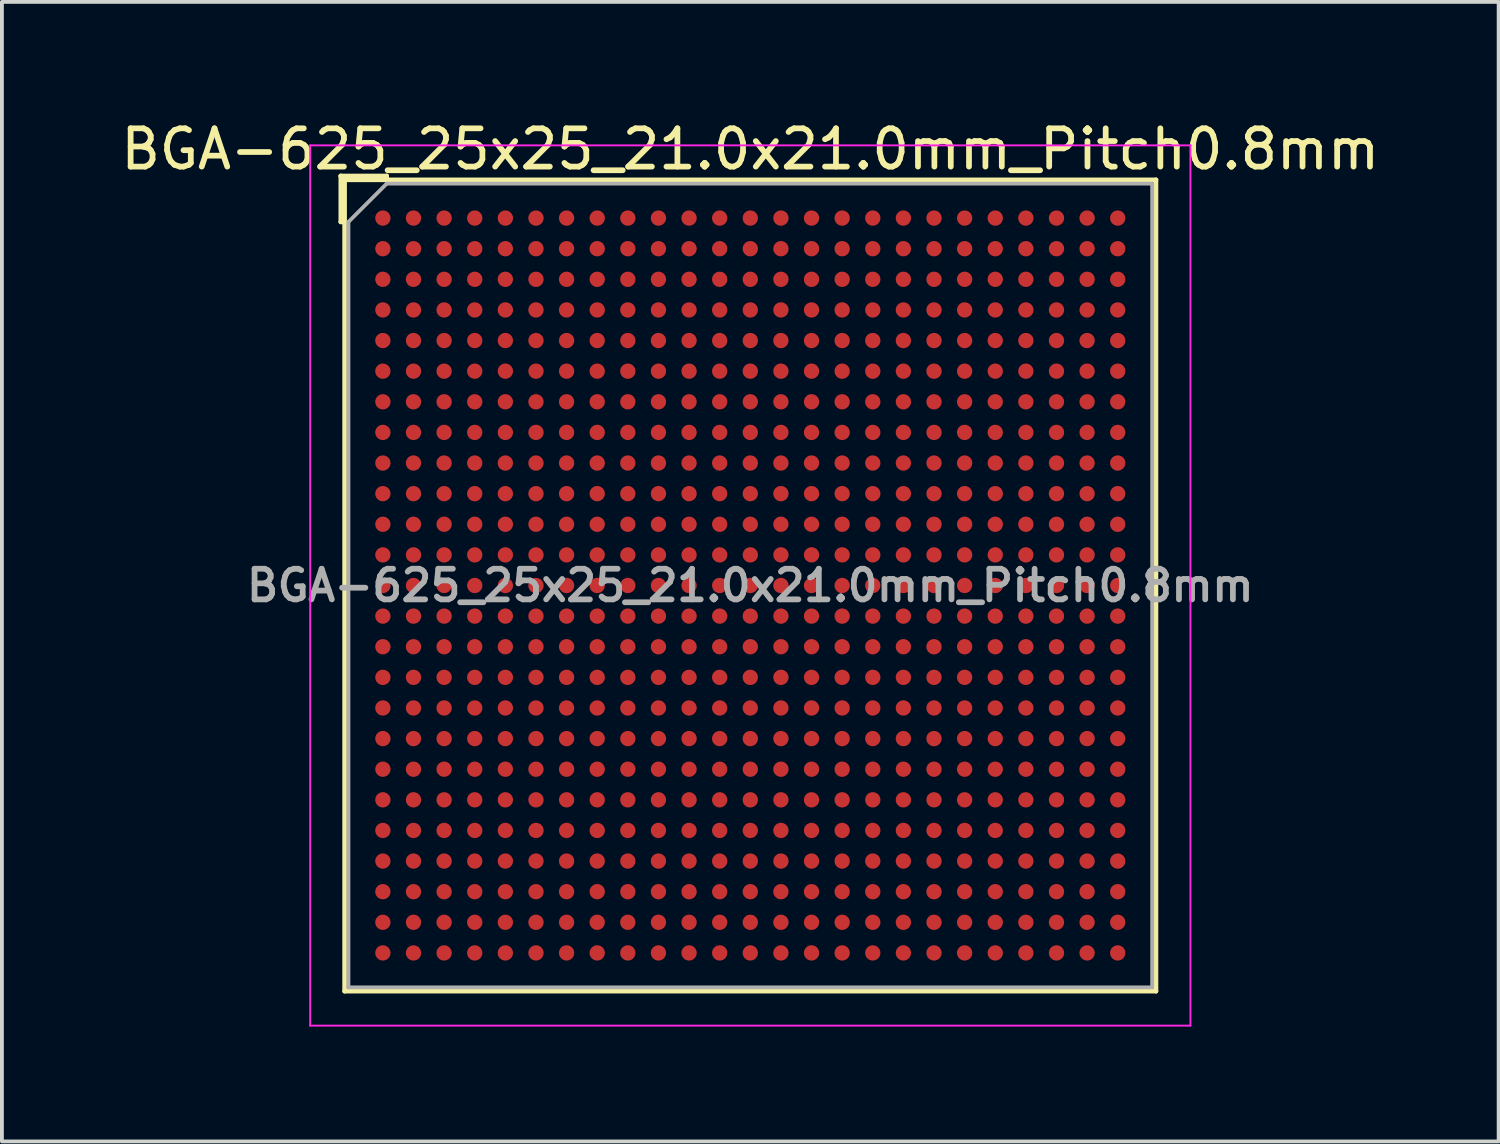
<source format=kicad_pcb>
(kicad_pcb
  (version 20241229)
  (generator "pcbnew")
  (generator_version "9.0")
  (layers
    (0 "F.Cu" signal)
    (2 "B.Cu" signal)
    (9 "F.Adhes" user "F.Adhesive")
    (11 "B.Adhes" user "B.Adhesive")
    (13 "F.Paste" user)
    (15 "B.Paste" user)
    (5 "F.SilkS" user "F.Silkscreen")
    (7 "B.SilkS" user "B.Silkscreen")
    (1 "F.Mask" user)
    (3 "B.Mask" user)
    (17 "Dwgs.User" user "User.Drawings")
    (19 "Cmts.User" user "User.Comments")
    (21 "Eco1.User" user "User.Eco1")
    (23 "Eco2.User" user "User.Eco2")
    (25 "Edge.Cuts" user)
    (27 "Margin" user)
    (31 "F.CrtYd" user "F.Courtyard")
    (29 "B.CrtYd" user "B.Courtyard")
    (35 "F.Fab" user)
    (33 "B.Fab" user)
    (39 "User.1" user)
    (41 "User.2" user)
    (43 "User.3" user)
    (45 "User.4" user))
  (footprint "BGA-625_25x25_21.0x21.0mm_Pitch0.8mm"
    (layer "F.Cu")
    (at 16.554 12.248)
    (property "Reference" "BGA-625_25x25_21.0x21.0mm_Pitch0.8mm" (at 0 -11.4 0) (layer "F.SilkS") (effects (font (size 1 1) (thickness 0.15))))
    (attr smd)
    (fp_line (start -10.7 -10.7) (end -10.7 -9.5) (stroke (width 0.12) (type solid)) (layer "F.SilkS"))
    (fp_line (start -10.7 -9.5) (end -10.6 -9.5) (stroke (width 0.12) (type solid)) (layer "F.SilkS"))
    (fp_line (start -10.6 -10.6) (end -10.7 -10.7) (stroke (width 0.12) (type solid)) (layer "F.SilkS"))
    (fp_line (start -10.6 -10.6) (end 10.6 -10.6) (stroke (width 0.12) (type solid)) (layer "F.SilkS"))
    (fp_line (start -10.6 10.6) (end -10.6 -10.6) (stroke (width 0.12) (type solid)) (layer "F.SilkS"))
    (fp_line (start -9.5 -10.7) (end -10.7 -10.7) (stroke (width 0.12) (type solid)) (layer "F.SilkS"))
    (fp_line (start -9.5 -10.6) (end -9.5 -10.7) (stroke (width 0.12) (type solid)) (layer "F.SilkS"))
    (fp_line (start 10.6 -10.6) (end 10.6 10.6) (stroke (width 0.12) (type solid)) (layer "F.SilkS"))
    (fp_line (start 10.6 10.6) (end -10.6 10.6) (stroke (width 0.12) (type solid)) (layer "F.SilkS"))
    (fp_line (start -11.5 -11.5) (end -11.5 11.5) (stroke (width 0.05) (type solid)) (layer "F.CrtYd"))
    (fp_line (start -11.5 -11.5) (end 11.5 -11.5) (stroke (width 0.05) (type solid)) (layer "F.CrtYd"))
    (fp_line (start 11.5 11.5) (end -11.5 11.5) (stroke (width 0.05) (type solid)) (layer "F.CrtYd"))
    (fp_line (start 11.5 11.5) (end 11.5 -11.5) (stroke (width 0.05) (type solid)) (layer "F.CrtYd"))
    (fp_line (start -10.5 -9.5) (end -9.5 -10.5) (stroke (width 0.1) (type solid)) (layer "F.Fab"))
    (fp_line (start -10.5 10.5) (end -10.5 -9.5) (stroke (width 0.1) (type solid)) (layer "F.Fab"))
    (fp_line (start -9.5 -10.5) (end 10.5 -10.5) (stroke (width 0.1) (type solid)) (layer "F.Fab"))
    (fp_line (start 10.5 -10.5) (end 10.5 10.5) (stroke (width 0.1) (type solid)) (layer "F.Fab"))
    (fp_line (start 10.5 10.5) (end -10.5 10.5) (stroke (width 0.1) (type solid)) (layer "F.Fab"))
    (fp_text user "${REFERENCE}" (at 0 0 0) (layer "F.Fab") (effects (font (size 0.8 0.8) (thickness 0.15))))
    (pad "A1" smd circle (at -9.6 -9.6) (size 0.4 0.4) (layers "F.Cu" "F.Mask" "F.Paste"))
    (pad "A2" smd circle (at -8.8 -9.6) (size 0.4 0.4) (layers "F.Cu" "F.Mask" "F.Paste"))
    (pad "A3" smd circle (at -8 -9.6) (size 0.4 0.4) (layers "F.Cu" "F.Mask" "F.Paste"))
    (pad "A4" smd circle (at -7.2 -9.6) (size 0.4 0.4) (layers "F.Cu" "F.Mask" "F.Paste"))
    (pad "A5" smd circle (at -6.4 -9.6) (size 0.4 0.4) (layers "F.Cu" "F.Mask" "F.Paste"))
    (pad "A6" smd circle (at -5.6 -9.6) (size 0.4 0.4) (layers "F.Cu" "F.Mask" "F.Paste"))
    (pad "A7" smd circle (at -4.8 -9.6) (size 0.4 0.4) (layers "F.Cu" "F.Mask" "F.Paste"))
    (pad "A8" smd circle (at -4 -9.6) (size 0.4 0.4) (layers "F.Cu" "F.Mask" "F.Paste"))
    (pad "A9" smd circle (at -3.2 -9.6) (size 0.4 0.4) (layers "F.Cu" "F.Mask" "F.Paste"))
    (pad "A10" smd circle (at -2.4 -9.6) (size 0.4 0.4) (layers "F.Cu" "F.Mask" "F.Paste"))
    (pad "A11" smd circle (at -1.6 -9.6) (size 0.4 0.4) (layers "F.Cu" "F.Mask" "F.Paste"))
    (pad "A12" smd circle (at -0.8 -9.6) (size 0.4 0.4) (layers "F.Cu" "F.Mask" "F.Paste"))
    (pad "A13" smd circle (at 0 -9.6) (size 0.4 0.4) (layers "F.Cu" "F.Mask" "F.Paste"))
    (pad "A14" smd circle (at 0.8 -9.6) (size 0.4 0.4) (layers "F.Cu" "F.Mask" "F.Paste"))
    (pad "A15" smd circle (at 1.6 -9.6) (size 0.4 0.4) (layers "F.Cu" "F.Mask" "F.Paste"))
    (pad "A16" smd circle (at 2.4 -9.6) (size 0.4 0.4) (layers "F.Cu" "F.Mask" "F.Paste"))
    (pad "A17" smd circle (at 3.2 -9.6) (size 0.4 0.4) (layers "F.Cu" "F.Mask" "F.Paste"))
    (pad "A18" smd circle (at 4 -9.6) (size 0.4 0.4) (layers "F.Cu" "F.Mask" "F.Paste"))
    (pad "A19" smd circle (at 4.8 -9.6) (size 0.4 0.4) (layers "F.Cu" "F.Mask" "F.Paste"))
    (pad "A20" smd circle (at 5.6 -9.6) (size 0.4 0.4) (layers "F.Cu" "F.Mask" "F.Paste"))
    (pad "A21" smd circle (at 6.4 -9.6) (size 0.4 0.4) (layers "F.Cu" "F.Mask" "F.Paste"))
    (pad "A22" smd circle (at 7.2 -9.6) (size 0.4 0.4) (layers "F.Cu" "F.Mask" "F.Paste"))
    (pad "A23" smd circle (at 8 -9.6) (size 0.4 0.4) (layers "F.Cu" "F.Mask" "F.Paste"))
    (pad "A24" smd circle (at 8.8 -9.6) (size 0.4 0.4) (layers "F.Cu" "F.Mask" "F.Paste"))
    (pad "A25" smd circle (at 9.6 -9.6) (size 0.4 0.4) (layers "F.Cu" "F.Mask" "F.Paste"))
    (pad "AA1" smd circle (at -9.6 6.4) (size 0.4 0.4) (layers "F.Cu" "F.Mask" "F.Paste"))
    (pad "AA2" smd circle (at -8.8 6.4) (size 0.4 0.4) (layers "F.Cu" "F.Mask" "F.Paste"))
    (pad "AA3" smd circle (at -8 6.4) (size 0.4 0.4) (layers "F.Cu" "F.Mask" "F.Paste"))
    (pad "AA4" smd circle (at -7.2 6.4) (size 0.4 0.4) (layers "F.Cu" "F.Mask" "F.Paste"))
    (pad "AA5" smd circle (at -6.4 6.4) (size 0.4 0.4) (layers "F.Cu" "F.Mask" "F.Paste"))
    (pad "AA6" smd circle (at -5.6 6.4) (size 0.4 0.4) (layers "F.Cu" "F.Mask" "F.Paste"))
    (pad "AA7" smd circle (at -4.8 6.4) (size 0.4 0.4) (layers "F.Cu" "F.Mask" "F.Paste"))
    (pad "AA8" smd circle (at -4 6.4) (size 0.4 0.4) (layers "F.Cu" "F.Mask" "F.Paste"))
    (pad "AA9" smd circle (at -3.2 6.4) (size 0.4 0.4) (layers "F.Cu" "F.Mask" "F.Paste"))
    (pad "AA10" smd circle (at -2.4 6.4) (size 0.4 0.4) (layers "F.Cu" "F.Mask" "F.Paste"))
    (pad "AA11" smd circle (at -1.6 6.4) (size 0.4 0.4) (layers "F.Cu" "F.Mask" "F.Paste"))
    (pad "AA12" smd circle (at -0.8 6.4) (size 0.4 0.4) (layers "F.Cu" "F.Mask" "F.Paste"))
    (pad "AA13" smd circle (at 0 6.4) (size 0.4 0.4) (layers "F.Cu" "F.Mask" "F.Paste"))
    (pad "AA14" smd circle (at 0.8 6.4) (size 0.4 0.4) (layers "F.Cu" "F.Mask" "F.Paste"))
    (pad "AA15" smd circle (at 1.6 6.4) (size 0.4 0.4) (layers "F.Cu" "F.Mask" "F.Paste"))
    (pad "AA16" smd circle (at 2.4 6.4) (size 0.4 0.4) (layers "F.Cu" "F.Mask" "F.Paste"))
    (pad "AA17" smd circle (at 3.2 6.4) (size 0.4 0.4) (layers "F.Cu" "F.Mask" "F.Paste"))
    (pad "AA18" smd circle (at 4 6.4) (size 0.4 0.4) (layers "F.Cu" "F.Mask" "F.Paste"))
    (pad "AA19" smd circle (at 4.8 6.4) (size 0.4 0.4) (layers "F.Cu" "F.Mask" "F.Paste"))
    (pad "AA20" smd circle (at 5.6 6.4) (size 0.4 0.4) (layers "F.Cu" "F.Mask" "F.Paste"))
    (pad "AA21" smd circle (at 6.4 6.4) (size 0.4 0.4) (layers "F.Cu" "F.Mask" "F.Paste"))
    (pad "AA22" smd circle (at 7.2 6.4) (size 0.4 0.4) (layers "F.Cu" "F.Mask" "F.Paste"))
    (pad "AA23" smd circle (at 8 6.4) (size 0.4 0.4) (layers "F.Cu" "F.Mask" "F.Paste"))
    (pad "AA24" smd circle (at 8.8 6.4) (size 0.4 0.4) (layers "F.Cu" "F.Mask" "F.Paste"))
    (pad "AA25" smd circle (at 9.6 6.4) (size 0.4 0.4) (layers "F.Cu" "F.Mask" "F.Paste"))
    (pad "AB1" smd circle (at -9.6 7.2) (size 0.4 0.4) (layers "F.Cu" "F.Mask" "F.Paste"))
    (pad "AB2" smd circle (at -8.8 7.2) (size 0.4 0.4) (layers "F.Cu" "F.Mask" "F.Paste"))
    (pad "AB3" smd circle (at -8 7.2) (size 0.4 0.4) (layers "F.Cu" "F.Mask" "F.Paste"))
    (pad "AB4" smd circle (at -7.2 7.2) (size 0.4 0.4) (layers "F.Cu" "F.Mask" "F.Paste"))
    (pad "AB5" smd circle (at -6.4 7.2) (size 0.4 0.4) (layers "F.Cu" "F.Mask" "F.Paste"))
    (pad "AB6" smd circle (at -5.6 7.2) (size 0.4 0.4) (layers "F.Cu" "F.Mask" "F.Paste"))
    (pad "AB7" smd circle (at -4.8 7.2) (size 0.4 0.4) (layers "F.Cu" "F.Mask" "F.Paste"))
    (pad "AB8" smd circle (at -4 7.2) (size 0.4 0.4) (layers "F.Cu" "F.Mask" "F.Paste"))
    (pad "AB9" smd circle (at -3.2 7.2) (size 0.4 0.4) (layers "F.Cu" "F.Mask" "F.Paste"))
    (pad "AB10" smd circle (at -2.4 7.2) (size 0.4 0.4) (layers "F.Cu" "F.Mask" "F.Paste"))
    (pad "AB11" smd circle (at -1.6 7.2) (size 0.4 0.4) (layers "F.Cu" "F.Mask" "F.Paste"))
    (pad "AB12" smd circle (at -0.8 7.2) (size 0.4 0.4) (layers "F.Cu" "F.Mask" "F.Paste"))
    (pad "AB13" smd circle (at 0 7.2) (size 0.4 0.4) (layers "F.Cu" "F.Mask" "F.Paste"))
    (pad "AB14" smd circle (at 0.8 7.2) (size 0.4 0.4) (layers "F.Cu" "F.Mask" "F.Paste"))
    (pad "AB15" smd circle (at 1.6 7.2) (size 0.4 0.4) (layers "F.Cu" "F.Mask" "F.Paste"))
    (pad "AB16" smd circle (at 2.4 7.2) (size 0.4 0.4) (layers "F.Cu" "F.Mask" "F.Paste"))
    (pad "AB17" smd circle (at 3.2 7.2) (size 0.4 0.4) (layers "F.Cu" "F.Mask" "F.Paste"))
    (pad "AB18" smd circle (at 4 7.2) (size 0.4 0.4) (layers "F.Cu" "F.Mask" "F.Paste"))
    (pad "AB19" smd circle (at 4.8 7.2) (size 0.4 0.4) (layers "F.Cu" "F.Mask" "F.Paste"))
    (pad "AB20" smd circle (at 5.6 7.2) (size 0.4 0.4) (layers "F.Cu" "F.Mask" "F.Paste"))
    (pad "AB21" smd circle (at 6.4 7.2) (size 0.4 0.4) (layers "F.Cu" "F.Mask" "F.Paste"))
    (pad "AB22" smd circle (at 7.2 7.2) (size 0.4 0.4) (layers "F.Cu" "F.Mask" "F.Paste"))
    (pad "AB23" smd circle (at 8 7.2) (size 0.4 0.4) (layers "F.Cu" "F.Mask" "F.Paste"))
    (pad "AB24" smd circle (at 8.8 7.2) (size 0.4 0.4) (layers "F.Cu" "F.Mask" "F.Paste"))
    (pad "AB25" smd circle (at 9.6 7.2) (size 0.4 0.4) (layers "F.Cu" "F.Mask" "F.Paste"))
    (pad "AC1" smd circle (at -9.6 8) (size 0.4 0.4) (layers "F.Cu" "F.Mask" "F.Paste"))
    (pad "AC2" smd circle (at -8.8 8) (size 0.4 0.4) (layers "F.Cu" "F.Mask" "F.Paste"))
    (pad "AC3" smd circle (at -8 8) (size 0.4 0.4) (layers "F.Cu" "F.Mask" "F.Paste"))
    (pad "AC4" smd circle (at -7.2 8) (size 0.4 0.4) (layers "F.Cu" "F.Mask" "F.Paste"))
    (pad "AC5" smd circle (at -6.4 8) (size 0.4 0.4) (layers "F.Cu" "F.Mask" "F.Paste"))
    (pad "AC6" smd circle (at -5.6 8) (size 0.4 0.4) (layers "F.Cu" "F.Mask" "F.Paste"))
    (pad "AC7" smd circle (at -4.8 8) (size 0.4 0.4) (layers "F.Cu" "F.Mask" "F.Paste"))
    (pad "AC8" smd circle (at -4 8) (size 0.4 0.4) (layers "F.Cu" "F.Mask" "F.Paste"))
    (pad "AC9" smd circle (at -3.2 8) (size 0.4 0.4) (layers "F.Cu" "F.Mask" "F.Paste"))
    (pad "AC10" smd circle (at -2.4 8) (size 0.4 0.4) (layers "F.Cu" "F.Mask" "F.Paste"))
    (pad "AC11" smd circle (at -1.6 8) (size 0.4 0.4) (layers "F.Cu" "F.Mask" "F.Paste"))
    (pad "AC12" smd circle (at -0.8 8) (size 0.4 0.4) (layers "F.Cu" "F.Mask" "F.Paste"))
    (pad "AC13" smd circle (at 0 8) (size 0.4 0.4) (layers "F.Cu" "F.Mask" "F.Paste"))
    (pad "AC14" smd circle (at 0.8 8) (size 0.4 0.4) (layers "F.Cu" "F.Mask" "F.Paste"))
    (pad "AC15" smd circle (at 1.6 8) (size 0.4 0.4) (layers "F.Cu" "F.Mask" "F.Paste"))
    (pad "AC16" smd circle (at 2.4 8) (size 0.4 0.4) (layers "F.Cu" "F.Mask" "F.Paste"))
    (pad "AC17" smd circle (at 3.2 8) (size 0.4 0.4) (layers "F.Cu" "F.Mask" "F.Paste"))
    (pad "AC18" smd circle (at 4 8) (size 0.4 0.4) (layers "F.Cu" "F.Mask" "F.Paste"))
    (pad "AC19" smd circle (at 4.8 8) (size 0.4 0.4) (layers "F.Cu" "F.Mask" "F.Paste"))
    (pad "AC20" smd circle (at 5.6 8) (size 0.4 0.4) (layers "F.Cu" "F.Mask" "F.Paste"))
    (pad "AC21" smd circle (at 6.4 8) (size 0.4 0.4) (layers "F.Cu" "F.Mask" "F.Paste"))
    (pad "AC22" smd circle (at 7.2 8) (size 0.4 0.4) (layers "F.Cu" "F.Mask" "F.Paste"))
    (pad "AC23" smd circle (at 8 8) (size 0.4 0.4) (layers "F.Cu" "F.Mask" "F.Paste"))
    (pad "AC24" smd circle (at 8.8 8) (size 0.4 0.4) (layers "F.Cu" "F.Mask" "F.Paste"))
    (pad "AC25" smd circle (at 9.6 8) (size 0.4 0.4) (layers "F.Cu" "F.Mask" "F.Paste"))
    (pad "AD1" smd circle (at -9.6 8.8) (size 0.4 0.4) (layers "F.Cu" "F.Mask" "F.Paste"))
    (pad "AD2" smd circle (at -8.8 8.8) (size 0.4 0.4) (layers "F.Cu" "F.Mask" "F.Paste"))
    (pad "AD3" smd circle (at -8 8.8) (size 0.4 0.4) (layers "F.Cu" "F.Mask" "F.Paste"))
    (pad "AD4" smd circle (at -7.2 8.8) (size 0.4 0.4) (layers "F.Cu" "F.Mask" "F.Paste"))
    (pad "AD5" smd circle (at -6.4 8.8) (size 0.4 0.4) (layers "F.Cu" "F.Mask" "F.Paste"))
    (pad "AD6" smd circle (at -5.6 8.8) (size 0.4 0.4) (layers "F.Cu" "F.Mask" "F.Paste"))
    (pad "AD7" smd circle (at -4.8 8.8) (size 0.4 0.4) (layers "F.Cu" "F.Mask" "F.Paste"))
    (pad "AD8" smd circle (at -4 8.8) (size 0.4 0.4) (layers "F.Cu" "F.Mask" "F.Paste"))
    (pad "AD9" smd circle (at -3.2 8.8) (size 0.4 0.4) (layers "F.Cu" "F.Mask" "F.Paste"))
    (pad "AD10" smd circle (at -2.4 8.8) (size 0.4 0.4) (layers "F.Cu" "F.Mask" "F.Paste"))
    (pad "AD11" smd circle (at -1.6 8.8) (size 0.4 0.4) (layers "F.Cu" "F.Mask" "F.Paste"))
    (pad "AD12" smd circle (at -0.8 8.8) (size 0.4 0.4) (layers "F.Cu" "F.Mask" "F.Paste"))
    (pad "AD13" smd circle (at 0 8.8) (size 0.4 0.4) (layers "F.Cu" "F.Mask" "F.Paste"))
    (pad "AD14" smd circle (at 0.8 8.8) (size 0.4 0.4) (layers "F.Cu" "F.Mask" "F.Paste"))
    (pad "AD15" smd circle (at 1.6 8.8) (size 0.4 0.4) (layers "F.Cu" "F.Mask" "F.Paste"))
    (pad "AD16" smd circle (at 2.4 8.8) (size 0.4 0.4) (layers "F.Cu" "F.Mask" "F.Paste"))
    (pad "AD17" smd circle (at 3.2 8.8) (size 0.4 0.4) (layers "F.Cu" "F.Mask" "F.Paste"))
    (pad "AD18" smd circle (at 4 8.8) (size 0.4 0.4) (layers "F.Cu" "F.Mask" "F.Paste"))
    (pad "AD19" smd circle (at 4.8 8.8) (size 0.4 0.4) (layers "F.Cu" "F.Mask" "F.Paste"))
    (pad "AD20" smd circle (at 5.6 8.8) (size 0.4 0.4) (layers "F.Cu" "F.Mask" "F.Paste"))
    (pad "AD21" smd circle (at 6.4 8.8) (size 0.4 0.4) (layers "F.Cu" "F.Mask" "F.Paste"))
    (pad "AD22" smd circle (at 7.2 8.8) (size 0.4 0.4) (layers "F.Cu" "F.Mask" "F.Paste"))
    (pad "AD23" smd circle (at 8 8.8) (size 0.4 0.4) (layers "F.Cu" "F.Mask" "F.Paste"))
    (pad "AD24" smd circle (at 8.8 8.8) (size 0.4 0.4) (layers "F.Cu" "F.Mask" "F.Paste"))
    (pad "AD25" smd circle (at 9.6 8.8) (size 0.4 0.4) (layers "F.Cu" "F.Mask" "F.Paste"))
    (pad "AE1" smd circle (at -9.6 9.6) (size 0.4 0.4) (layers "F.Cu" "F.Mask" "F.Paste"))
    (pad "AE2" smd circle (at -8.8 9.6) (size 0.4 0.4) (layers "F.Cu" "F.Mask" "F.Paste"))
    (pad "AE3" smd circle (at -8 9.6) (size 0.4 0.4) (layers "F.Cu" "F.Mask" "F.Paste"))
    (pad "AE4" smd circle (at -7.2 9.6) (size 0.4 0.4) (layers "F.Cu" "F.Mask" "F.Paste"))
    (pad "AE5" smd circle (at -6.4 9.6) (size 0.4 0.4) (layers "F.Cu" "F.Mask" "F.Paste"))
    (pad "AE6" smd circle (at -5.6 9.6) (size 0.4 0.4) (layers "F.Cu" "F.Mask" "F.Paste"))
    (pad "AE7" smd circle (at -4.8 9.6) (size 0.4 0.4) (layers "F.Cu" "F.Mask" "F.Paste"))
    (pad "AE8" smd circle (at -4 9.6) (size 0.4 0.4) (layers "F.Cu" "F.Mask" "F.Paste"))
    (pad "AE9" smd circle (at -3.2 9.6) (size 0.4 0.4) (layers "F.Cu" "F.Mask" "F.Paste"))
    (pad "AE10" smd circle (at -2.4 9.6) (size 0.4 0.4) (layers "F.Cu" "F.Mask" "F.Paste"))
    (pad "AE11" smd circle (at -1.6 9.6) (size 0.4 0.4) (layers "F.Cu" "F.Mask" "F.Paste"))
    (pad "AE12" smd circle (at -0.8 9.6) (size 0.4 0.4) (layers "F.Cu" "F.Mask" "F.Paste"))
    (pad "AE13" smd circle (at 0 9.6) (size 0.4 0.4) (layers "F.Cu" "F.Mask" "F.Paste"))
    (pad "AE14" smd circle (at 0.8 9.6) (size 0.4 0.4) (layers "F.Cu" "F.Mask" "F.Paste"))
    (pad "AE15" smd circle (at 1.6 9.6) (size 0.4 0.4) (layers "F.Cu" "F.Mask" "F.Paste"))
    (pad "AE16" smd circle (at 2.4 9.6) (size 0.4 0.4) (layers "F.Cu" "F.Mask" "F.Paste"))
    (pad "AE17" smd circle (at 3.2 9.6) (size 0.4 0.4) (layers "F.Cu" "F.Mask" "F.Paste"))
    (pad "AE18" smd circle (at 4 9.6) (size 0.4 0.4) (layers "F.Cu" "F.Mask" "F.Paste"))
    (pad "AE19" smd circle (at 4.8 9.6) (size 0.4 0.4) (layers "F.Cu" "F.Mask" "F.Paste"))
    (pad "AE20" smd circle (at 5.6 9.6) (size 0.4 0.4) (layers "F.Cu" "F.Mask" "F.Paste"))
    (pad "AE21" smd circle (at 6.4 9.6) (size 0.4 0.4) (layers "F.Cu" "F.Mask" "F.Paste"))
    (pad "AE22" smd circle (at 7.2 9.6) (size 0.4 0.4) (layers "F.Cu" "F.Mask" "F.Paste"))
    (pad "AE23" smd circle (at 8 9.6) (size 0.4 0.4) (layers "F.Cu" "F.Mask" "F.Paste"))
    (pad "AE24" smd circle (at 8.8 9.6) (size 0.4 0.4) (layers "F.Cu" "F.Mask" "F.Paste"))
    (pad "AE25" smd circle (at 9.6 9.6) (size 0.4 0.4) (layers "F.Cu" "F.Mask" "F.Paste"))
    (pad "B1" smd circle (at -9.6 -8.8) (size 0.4 0.4) (layers "F.Cu" "F.Mask" "F.Paste"))
    (pad "B2" smd circle (at -8.8 -8.8) (size 0.4 0.4) (layers "F.Cu" "F.Mask" "F.Paste"))
    (pad "B3" smd circle (at -8 -8.8) (size 0.4 0.4) (layers "F.Cu" "F.Mask" "F.Paste"))
    (pad "B4" smd circle (at -7.2 -8.8) (size 0.4 0.4) (layers "F.Cu" "F.Mask" "F.Paste"))
    (pad "B5" smd circle (at -6.4 -8.8) (size 0.4 0.4) (layers "F.Cu" "F.Mask" "F.Paste"))
    (pad "B6" smd circle (at -5.6 -8.8) (size 0.4 0.4) (layers "F.Cu" "F.Mask" "F.Paste"))
    (pad "B7" smd circle (at -4.8 -8.8) (size 0.4 0.4) (layers "F.Cu" "F.Mask" "F.Paste"))
    (pad "B8" smd circle (at -4 -8.8) (size 0.4 0.4) (layers "F.Cu" "F.Mask" "F.Paste"))
    (pad "B9" smd circle (at -3.2 -8.8) (size 0.4 0.4) (layers "F.Cu" "F.Mask" "F.Paste"))
    (pad "B10" smd circle (at -2.4 -8.8) (size 0.4 0.4) (layers "F.Cu" "F.Mask" "F.Paste"))
    (pad "B11" smd circle (at -1.6 -8.8) (size 0.4 0.4) (layers "F.Cu" "F.Mask" "F.Paste"))
    (pad "B12" smd circle (at -0.8 -8.8) (size 0.4 0.4) (layers "F.Cu" "F.Mask" "F.Paste"))
    (pad "B13" smd circle (at 0 -8.8) (size 0.4 0.4) (layers "F.Cu" "F.Mask" "F.Paste"))
    (pad "B14" smd circle (at 0.8 -8.8) (size 0.4 0.4) (layers "F.Cu" "F.Mask" "F.Paste"))
    (pad "B15" smd circle (at 1.6 -8.8) (size 0.4 0.4) (layers "F.Cu" "F.Mask" "F.Paste"))
    (pad "B16" smd circle (at 2.4 -8.8) (size 0.4 0.4) (layers "F.Cu" "F.Mask" "F.Paste"))
    (pad "B17" smd circle (at 3.2 -8.8) (size 0.4 0.4) (layers "F.Cu" "F.Mask" "F.Paste"))
    (pad "B18" smd circle (at 4 -8.8) (size 0.4 0.4) (layers "F.Cu" "F.Mask" "F.Paste"))
    (pad "B19" smd circle (at 4.8 -8.8) (size 0.4 0.4) (layers "F.Cu" "F.Mask" "F.Paste"))
    (pad "B20" smd circle (at 5.6 -8.8) (size 0.4 0.4) (layers "F.Cu" "F.Mask" "F.Paste"))
    (pad "B21" smd circle (at 6.4 -8.8) (size 0.4 0.4) (layers "F.Cu" "F.Mask" "F.Paste"))
    (pad "B22" smd circle (at 7.2 -8.8) (size 0.4 0.4) (layers "F.Cu" "F.Mask" "F.Paste"))
    (pad "B23" smd circle (at 8 -8.8) (size 0.4 0.4) (layers "F.Cu" "F.Mask" "F.Paste"))
    (pad "B24" smd circle (at 8.8 -8.8) (size 0.4 0.4) (layers "F.Cu" "F.Mask" "F.Paste"))
    (pad "B25" smd circle (at 9.6 -8.8) (size 0.4 0.4) (layers "F.Cu" "F.Mask" "F.Paste"))
    (pad "C1" smd circle (at -9.6 -8) (size 0.4 0.4) (layers "F.Cu" "F.Mask" "F.Paste"))
    (pad "C2" smd circle (at -8.8 -8) (size 0.4 0.4) (layers "F.Cu" "F.Mask" "F.Paste"))
    (pad "C3" smd circle (at -8 -8) (size 0.4 0.4) (layers "F.Cu" "F.Mask" "F.Paste"))
    (pad "C4" smd circle (at -7.2 -8) (size 0.4 0.4) (layers "F.Cu" "F.Mask" "F.Paste"))
    (pad "C5" smd circle (at -6.4 -8) (size 0.4 0.4) (layers "F.Cu" "F.Mask" "F.Paste"))
    (pad "C6" smd circle (at -5.6 -8) (size 0.4 0.4) (layers "F.Cu" "F.Mask" "F.Paste"))
    (pad "C7" smd circle (at -4.8 -8) (size 0.4 0.4) (layers "F.Cu" "F.Mask" "F.Paste"))
    (pad "C8" smd circle (at -4 -8) (size 0.4 0.4) (layers "F.Cu" "F.Mask" "F.Paste"))
    (pad "C9" smd circle (at -3.2 -8) (size 0.4 0.4) (layers "F.Cu" "F.Mask" "F.Paste"))
    (pad "C10" smd circle (at -2.4 -8) (size 0.4 0.4) (layers "F.Cu" "F.Mask" "F.Paste"))
    (pad "C11" smd circle (at -1.6 -8) (size 0.4 0.4) (layers "F.Cu" "F.Mask" "F.Paste"))
    (pad "C12" smd circle (at -0.8 -8) (size 0.4 0.4) (layers "F.Cu" "F.Mask" "F.Paste"))
    (pad "C13" smd circle (at 0 -8) (size 0.4 0.4) (layers "F.Cu" "F.Mask" "F.Paste"))
    (pad "C14" smd circle (at 0.8 -8) (size 0.4 0.4) (layers "F.Cu" "F.Mask" "F.Paste"))
    (pad "C15" smd circle (at 1.6 -8) (size 0.4 0.4) (layers "F.Cu" "F.Mask" "F.Paste"))
    (pad "C16" smd circle (at 2.4 -8) (size 0.4 0.4) (layers "F.Cu" "F.Mask" "F.Paste"))
    (pad "C17" smd circle (at 3.2 -8) (size 0.4 0.4) (layers "F.Cu" "F.Mask" "F.Paste"))
    (pad "C18" smd circle (at 4 -8) (size 0.4 0.4) (layers "F.Cu" "F.Mask" "F.Paste"))
    (pad "C19" smd circle (at 4.8 -8) (size 0.4 0.4) (layers "F.Cu" "F.Mask" "F.Paste"))
    (pad "C20" smd circle (at 5.6 -8) (size 0.4 0.4) (layers "F.Cu" "F.Mask" "F.Paste"))
    (pad "C21" smd circle (at 6.4 -8) (size 0.4 0.4) (layers "F.Cu" "F.Mask" "F.Paste"))
    (pad "C22" smd circle (at 7.2 -8) (size 0.4 0.4) (layers "F.Cu" "F.Mask" "F.Paste"))
    (pad "C23" smd circle (at 8 -8) (size 0.4 0.4) (layers "F.Cu" "F.Mask" "F.Paste"))
    (pad "C24" smd circle (at 8.8 -8) (size 0.4 0.4) (layers "F.Cu" "F.Mask" "F.Paste"))
    (pad "C25" smd circle (at 9.6 -8) (size 0.4 0.4) (layers "F.Cu" "F.Mask" "F.Paste"))
    (pad "D1" smd circle (at -9.6 -7.2) (size 0.4 0.4) (layers "F.Cu" "F.Mask" "F.Paste"))
    (pad "D2" smd circle (at -8.8 -7.2) (size 0.4 0.4) (layers "F.Cu" "F.Mask" "F.Paste"))
    (pad "D3" smd circle (at -8 -7.2) (size 0.4 0.4) (layers "F.Cu" "F.Mask" "F.Paste"))
    (pad "D4" smd circle (at -7.2 -7.2) (size 0.4 0.4) (layers "F.Cu" "F.Mask" "F.Paste"))
    (pad "D5" smd circle (at -6.4 -7.2) (size 0.4 0.4) (layers "F.Cu" "F.Mask" "F.Paste"))
    (pad "D6" smd circle (at -5.6 -7.2) (size 0.4 0.4) (layers "F.Cu" "F.Mask" "F.Paste"))
    (pad "D7" smd circle (at -4.8 -7.2) (size 0.4 0.4) (layers "F.Cu" "F.Mask" "F.Paste"))
    (pad "D8" smd circle (at -4 -7.2) (size 0.4 0.4) (layers "F.Cu" "F.Mask" "F.Paste"))
    (pad "D9" smd circle (at -3.2 -7.2) (size 0.4 0.4) (layers "F.Cu" "F.Mask" "F.Paste"))
    (pad "D10" smd circle (at -2.4 -7.2) (size 0.4 0.4) (layers "F.Cu" "F.Mask" "F.Paste"))
    (pad "D11" smd circle (at -1.6 -7.2) (size 0.4 0.4) (layers "F.Cu" "F.Mask" "F.Paste"))
    (pad "D12" smd circle (at -0.8 -7.2) (size 0.4 0.4) (layers "F.Cu" "F.Mask" "F.Paste"))
    (pad "D13" smd circle (at 0 -7.2) (size 0.4 0.4) (layers "F.Cu" "F.Mask" "F.Paste"))
    (pad "D14" smd circle (at 0.8 -7.2) (size 0.4 0.4) (layers "F.Cu" "F.Mask" "F.Paste"))
    (pad "D15" smd circle (at 1.6 -7.2) (size 0.4 0.4) (layers "F.Cu" "F.Mask" "F.Paste"))
    (pad "D16" smd circle (at 2.4 -7.2) (size 0.4 0.4) (layers "F.Cu" "F.Mask" "F.Paste"))
    (pad "D17" smd circle (at 3.2 -7.2) (size 0.4 0.4) (layers "F.Cu" "F.Mask" "F.Paste"))
    (pad "D18" smd circle (at 4 -7.2) (size 0.4 0.4) (layers "F.Cu" "F.Mask" "F.Paste"))
    (pad "D19" smd circle (at 4.8 -7.2) (size 0.4 0.4) (layers "F.Cu" "F.Mask" "F.Paste"))
    (pad "D20" smd circle (at 5.6 -7.2) (size 0.4 0.4) (layers "F.Cu" "F.Mask" "F.Paste"))
    (pad "D21" smd circle (at 6.4 -7.2) (size 0.4 0.4) (layers "F.Cu" "F.Mask" "F.Paste"))
    (pad "D22" smd circle (at 7.2 -7.2) (size 0.4 0.4) (layers "F.Cu" "F.Mask" "F.Paste"))
    (pad "D23" smd circle (at 8 -7.2) (size 0.4 0.4) (layers "F.Cu" "F.Mask" "F.Paste"))
    (pad "D24" smd circle (at 8.8 -7.2) (size 0.4 0.4) (layers "F.Cu" "F.Mask" "F.Paste"))
    (pad "D25" smd circle (at 9.6 -7.2) (size 0.4 0.4) (layers "F.Cu" "F.Mask" "F.Paste"))
    (pad "E1" smd circle (at -9.6 -6.4) (size 0.4 0.4) (layers "F.Cu" "F.Mask" "F.Paste"))
    (pad "E2" smd circle (at -8.8 -6.4) (size 0.4 0.4) (layers "F.Cu" "F.Mask" "F.Paste"))
    (pad "E3" smd circle (at -8 -6.4) (size 0.4 0.4) (layers "F.Cu" "F.Mask" "F.Paste"))
    (pad "E4" smd circle (at -7.2 -6.4) (size 0.4 0.4) (layers "F.Cu" "F.Mask" "F.Paste"))
    (pad "E5" smd circle (at -6.4 -6.4) (size 0.4 0.4) (layers "F.Cu" "F.Mask" "F.Paste"))
    (pad "E6" smd circle (at -5.6 -6.4) (size 0.4 0.4) (layers "F.Cu" "F.Mask" "F.Paste"))
    (pad "E7" smd circle (at -4.8 -6.4) (size 0.4 0.4) (layers "F.Cu" "F.Mask" "F.Paste"))
    (pad "E8" smd circle (at -4 -6.4) (size 0.4 0.4) (layers "F.Cu" "F.Mask" "F.Paste"))
    (pad "E9" smd circle (at -3.2 -6.4) (size 0.4 0.4) (layers "F.Cu" "F.Mask" "F.Paste"))
    (pad "E10" smd circle (at -2.4 -6.4) (size 0.4 0.4) (layers "F.Cu" "F.Mask" "F.Paste"))
    (pad "E11" smd circle (at -1.6 -6.4) (size 0.4 0.4) (layers "F.Cu" "F.Mask" "F.Paste"))
    (pad "E12" smd circle (at -0.8 -6.4) (size 0.4 0.4) (layers "F.Cu" "F.Mask" "F.Paste"))
    (pad "E13" smd circle (at 0 -6.4) (size 0.4 0.4) (layers "F.Cu" "F.Mask" "F.Paste"))
    (pad "E14" smd circle (at 0.8 -6.4) (size 0.4 0.4) (layers "F.Cu" "F.Mask" "F.Paste"))
    (pad "E15" smd circle (at 1.6 -6.4) (size 0.4 0.4) (layers "F.Cu" "F.Mask" "F.Paste"))
    (pad "E16" smd circle (at 2.4 -6.4) (size 0.4 0.4) (layers "F.Cu" "F.Mask" "F.Paste"))
    (pad "E17" smd circle (at 3.2 -6.4) (size 0.4 0.4) (layers "F.Cu" "F.Mask" "F.Paste"))
    (pad "E18" smd circle (at 4 -6.4) (size 0.4 0.4) (layers "F.Cu" "F.Mask" "F.Paste"))
    (pad "E19" smd circle (at 4.8 -6.4) (size 0.4 0.4) (layers "F.Cu" "F.Mask" "F.Paste"))
    (pad "E20" smd circle (at 5.6 -6.4) (size 0.4 0.4) (layers "F.Cu" "F.Mask" "F.Paste"))
    (pad "E21" smd circle (at 6.4 -6.4) (size 0.4 0.4) (layers "F.Cu" "F.Mask" "F.Paste"))
    (pad "E22" smd circle (at 7.2 -6.4) (size 0.4 0.4) (layers "F.Cu" "F.Mask" "F.Paste"))
    (pad "E23" smd circle (at 8 -6.4) (size 0.4 0.4) (layers "F.Cu" "F.Mask" "F.Paste"))
    (pad "E24" smd circle (at 8.8 -6.4) (size 0.4 0.4) (layers "F.Cu" "F.Mask" "F.Paste"))
    (pad "E25" smd circle (at 9.6 -6.4) (size 0.4 0.4) (layers "F.Cu" "F.Mask" "F.Paste"))
    (pad "F1" smd circle (at -9.6 -5.6) (size 0.4 0.4) (layers "F.Cu" "F.Mask" "F.Paste"))
    (pad "F2" smd circle (at -8.8 -5.6) (size 0.4 0.4) (layers "F.Cu" "F.Mask" "F.Paste"))
    (pad "F3" smd circle (at -8 -5.6) (size 0.4 0.4) (layers "F.Cu" "F.Mask" "F.Paste"))
    (pad "F4" smd circle (at -7.2 -5.6) (size 0.4 0.4) (layers "F.Cu" "F.Mask" "F.Paste"))
    (pad "F5" smd circle (at -6.4 -5.6) (size 0.4 0.4) (layers "F.Cu" "F.Mask" "F.Paste"))
    (pad "F6" smd circle (at -5.6 -5.6) (size 0.4 0.4) (layers "F.Cu" "F.Mask" "F.Paste"))
    (pad "F7" smd circle (at -4.8 -5.6) (size 0.4 0.4) (layers "F.Cu" "F.Mask" "F.Paste"))
    (pad "F8" smd circle (at -4 -5.6) (size 0.4 0.4) (layers "F.Cu" "F.Mask" "F.Paste"))
    (pad "F9" smd circle (at -3.2 -5.6) (size 0.4 0.4) (layers "F.Cu" "F.Mask" "F.Paste"))
    (pad "F10" smd circle (at -2.4 -5.6) (size 0.4 0.4) (layers "F.Cu" "F.Mask" "F.Paste"))
    (pad "F11" smd circle (at -1.6 -5.6) (size 0.4 0.4) (layers "F.Cu" "F.Mask" "F.Paste"))
    (pad "F12" smd circle (at -0.8 -5.6) (size 0.4 0.4) (layers "F.Cu" "F.Mask" "F.Paste"))
    (pad "F13" smd circle (at 0 -5.6) (size 0.4 0.4) (layers "F.Cu" "F.Mask" "F.Paste"))
    (pad "F14" smd circle (at 0.8 -5.6) (size 0.4 0.4) (layers "F.Cu" "F.Mask" "F.Paste"))
    (pad "F15" smd circle (at 1.6 -5.6) (size 0.4 0.4) (layers "F.Cu" "F.Mask" "F.Paste"))
    (pad "F16" smd circle (at 2.4 -5.6) (size 0.4 0.4) (layers "F.Cu" "F.Mask" "F.Paste"))
    (pad "F17" smd circle (at 3.2 -5.6) (size 0.4 0.4) (layers "F.Cu" "F.Mask" "F.Paste"))
    (pad "F18" smd circle (at 4 -5.6) (size 0.4 0.4) (layers "F.Cu" "F.Mask" "F.Paste"))
    (pad "F19" smd circle (at 4.8 -5.6) (size 0.4 0.4) (layers "F.Cu" "F.Mask" "F.Paste"))
    (pad "F20" smd circle (at 5.6 -5.6) (size 0.4 0.4) (layers "F.Cu" "F.Mask" "F.Paste"))
    (pad "F21" smd circle (at 6.4 -5.6) (size 0.4 0.4) (layers "F.Cu" "F.Mask" "F.Paste"))
    (pad "F22" smd circle (at 7.2 -5.6) (size 0.4 0.4) (layers "F.Cu" "F.Mask" "F.Paste"))
    (pad "F23" smd circle (at 8 -5.6) (size 0.4 0.4) (layers "F.Cu" "F.Mask" "F.Paste"))
    (pad "F24" smd circle (at 8.8 -5.6) (size 0.4 0.4) (layers "F.Cu" "F.Mask" "F.Paste"))
    (pad "F25" smd circle (at 9.6 -5.6) (size 0.4 0.4) (layers "F.Cu" "F.Mask" "F.Paste"))
    (pad "G1" smd circle (at -9.6 -4.8) (size 0.4 0.4) (layers "F.Cu" "F.Mask" "F.Paste"))
    (pad "G2" smd circle (at -8.8 -4.8) (size 0.4 0.4) (layers "F.Cu" "F.Mask" "F.Paste"))
    (pad "G3" smd circle (at -8 -4.8) (size 0.4 0.4) (layers "F.Cu" "F.Mask" "F.Paste"))
    (pad "G4" smd circle (at -7.2 -4.8) (size 0.4 0.4) (layers "F.Cu" "F.Mask" "F.Paste"))
    (pad "G5" smd circle (at -6.4 -4.8) (size 0.4 0.4) (layers "F.Cu" "F.Mask" "F.Paste"))
    (pad "G6" smd circle (at -5.6 -4.8) (size 0.4 0.4) (layers "F.Cu" "F.Mask" "F.Paste"))
    (pad "G7" smd circle (at -4.8 -4.8) (size 0.4 0.4) (layers "F.Cu" "F.Mask" "F.Paste"))
    (pad "G8" smd circle (at -4 -4.8) (size 0.4 0.4) (layers "F.Cu" "F.Mask" "F.Paste"))
    (pad "G9" smd circle (at -3.2 -4.8) (size 0.4 0.4) (layers "F.Cu" "F.Mask" "F.Paste"))
    (pad "G10" smd circle (at -2.4 -4.8) (size 0.4 0.4) (layers "F.Cu" "F.Mask" "F.Paste"))
    (pad "G11" smd circle (at -1.6 -4.8) (size 0.4 0.4) (layers "F.Cu" "F.Mask" "F.Paste"))
    (pad "G12" smd circle (at -0.8 -4.8) (size 0.4 0.4) (layers "F.Cu" "F.Mask" "F.Paste"))
    (pad "G13" smd circle (at 0 -4.8) (size 0.4 0.4) (layers "F.Cu" "F.Mask" "F.Paste"))
    (pad "G14" smd circle (at 0.8 -4.8) (size 0.4 0.4) (layers "F.Cu" "F.Mask" "F.Paste"))
    (pad "G15" smd circle (at 1.6 -4.8) (size 0.4 0.4) (layers "F.Cu" "F.Mask" "F.Paste"))
    (pad "G16" smd circle (at 2.4 -4.8) (size 0.4 0.4) (layers "F.Cu" "F.Mask" "F.Paste"))
    (pad "G17" smd circle (at 3.2 -4.8) (size 0.4 0.4) (layers "F.Cu" "F.Mask" "F.Paste"))
    (pad "G18" smd circle (at 4 -4.8) (size 0.4 0.4) (layers "F.Cu" "F.Mask" "F.Paste"))
    (pad "G19" smd circle (at 4.8 -4.8) (size 0.4 0.4) (layers "F.Cu" "F.Mask" "F.Paste"))
    (pad "G20" smd circle (at 5.6 -4.8) (size 0.4 0.4) (layers "F.Cu" "F.Mask" "F.Paste"))
    (pad "G21" smd circle (at 6.4 -4.8) (size 0.4 0.4) (layers "F.Cu" "F.Mask" "F.Paste"))
    (pad "G22" smd circle (at 7.2 -4.8) (size 0.4 0.4) (layers "F.Cu" "F.Mask" "F.Paste"))
    (pad "G23" smd circle (at 8 -4.8) (size 0.4 0.4) (layers "F.Cu" "F.Mask" "F.Paste"))
    (pad "G24" smd circle (at 8.8 -4.8) (size 0.4 0.4) (layers "F.Cu" "F.Mask" "F.Paste"))
    (pad "G25" smd circle (at 9.6 -4.8) (size 0.4 0.4) (layers "F.Cu" "F.Mask" "F.Paste"))
    (pad "H1" smd circle (at -9.6 -4) (size 0.4 0.4) (layers "F.Cu" "F.Mask" "F.Paste"))
    (pad "H2" smd circle (at -8.8 -4) (size 0.4 0.4) (layers "F.Cu" "F.Mask" "F.Paste"))
    (pad "H3" smd circle (at -8 -4) (size 0.4 0.4) (layers "F.Cu" "F.Mask" "F.Paste"))
    (pad "H4" smd circle (at -7.2 -4) (size 0.4 0.4) (layers "F.Cu" "F.Mask" "F.Paste"))
    (pad "H5" smd circle (at -6.4 -4) (size 0.4 0.4) (layers "F.Cu" "F.Mask" "F.Paste"))
    (pad "H6" smd circle (at -5.6 -4) (size 0.4 0.4) (layers "F.Cu" "F.Mask" "F.Paste"))
    (pad "H7" smd circle (at -4.8 -4) (size 0.4 0.4) (layers "F.Cu" "F.Mask" "F.Paste"))
    (pad "H8" smd circle (at -4 -4) (size 0.4 0.4) (layers "F.Cu" "F.Mask" "F.Paste"))
    (pad "H9" smd circle (at -3.2 -4) (size 0.4 0.4) (layers "F.Cu" "F.Mask" "F.Paste"))
    (pad "H10" smd circle (at -2.4 -4) (size 0.4 0.4) (layers "F.Cu" "F.Mask" "F.Paste"))
    (pad "H11" smd circle (at -1.6 -4) (size 0.4 0.4) (layers "F.Cu" "F.Mask" "F.Paste"))
    (pad "H12" smd circle (at -0.8 -4) (size 0.4 0.4) (layers "F.Cu" "F.Mask" "F.Paste"))
    (pad "H13" smd circle (at 0 -4) (size 0.4 0.4) (layers "F.Cu" "F.Mask" "F.Paste"))
    (pad "H14" smd circle (at 0.8 -4) (size 0.4 0.4) (layers "F.Cu" "F.Mask" "F.Paste"))
    (pad "H15" smd circle (at 1.6 -4) (size 0.4 0.4) (layers "F.Cu" "F.Mask" "F.Paste"))
    (pad "H16" smd circle (at 2.4 -4) (size 0.4 0.4) (layers "F.Cu" "F.Mask" "F.Paste"))
    (pad "H17" smd circle (at 3.2 -4) (size 0.4 0.4) (layers "F.Cu" "F.Mask" "F.Paste"))
    (pad "H18" smd circle (at 4 -4) (size 0.4 0.4) (layers "F.Cu" "F.Mask" "F.Paste"))
    (pad "H19" smd circle (at 4.8 -4) (size 0.4 0.4) (layers "F.Cu" "F.Mask" "F.Paste"))
    (pad "H20" smd circle (at 5.6 -4) (size 0.4 0.4) (layers "F.Cu" "F.Mask" "F.Paste"))
    (pad "H21" smd circle (at 6.4 -4) (size 0.4 0.4) (layers "F.Cu" "F.Mask" "F.Paste"))
    (pad "H22" smd circle (at 7.2 -4) (size 0.4 0.4) (layers "F.Cu" "F.Mask" "F.Paste"))
    (pad "H23" smd circle (at 8 -4) (size 0.4 0.4) (layers "F.Cu" "F.Mask" "F.Paste"))
    (pad "H24" smd circle (at 8.8 -4) (size 0.4 0.4) (layers "F.Cu" "F.Mask" "F.Paste"))
    (pad "H25" smd circle (at 9.6 -4) (size 0.4 0.4) (layers "F.Cu" "F.Mask" "F.Paste"))
    (pad "J1" smd circle (at -9.6 -3.2) (size 0.4 0.4) (layers "F.Cu" "F.Mask" "F.Paste"))
    (pad "J2" smd circle (at -8.8 -3.2) (size 0.4 0.4) (layers "F.Cu" "F.Mask" "F.Paste"))
    (pad "J3" smd circle (at -8 -3.2) (size 0.4 0.4) (layers "F.Cu" "F.Mask" "F.Paste"))
    (pad "J4" smd circle (at -7.2 -3.2) (size 0.4 0.4) (layers "F.Cu" "F.Mask" "F.Paste"))
    (pad "J5" smd circle (at -6.4 -3.2) (size 0.4 0.4) (layers "F.Cu" "F.Mask" "F.Paste"))
    (pad "J6" smd circle (at -5.6 -3.2) (size 0.4 0.4) (layers "F.Cu" "F.Mask" "F.Paste"))
    (pad "J7" smd circle (at -4.8 -3.2) (size 0.4 0.4) (layers "F.Cu" "F.Mask" "F.Paste"))
    (pad "J8" smd circle (at -4 -3.2) (size 0.4 0.4) (layers "F.Cu" "F.Mask" "F.Paste"))
    (pad "J9" smd circle (at -3.2 -3.2) (size 0.4 0.4) (layers "F.Cu" "F.Mask" "F.Paste"))
    (pad "J10" smd circle (at -2.4 -3.2) (size 0.4 0.4) (layers "F.Cu" "F.Mask" "F.Paste"))
    (pad "J11" smd circle (at -1.6 -3.2) (size 0.4 0.4) (layers "F.Cu" "F.Mask" "F.Paste"))
    (pad "J12" smd circle (at -0.8 -3.2) (size 0.4 0.4) (layers "F.Cu" "F.Mask" "F.Paste"))
    (pad "J13" smd circle (at 0 -3.2) (size 0.4 0.4) (layers "F.Cu" "F.Mask" "F.Paste"))
    (pad "J14" smd circle (at 0.8 -3.2) (size 0.4 0.4) (layers "F.Cu" "F.Mask" "F.Paste"))
    (pad "J15" smd circle (at 1.6 -3.2) (size 0.4 0.4) (layers "F.Cu" "F.Mask" "F.Paste"))
    (pad "J16" smd circle (at 2.4 -3.2) (size 0.4 0.4) (layers "F.Cu" "F.Mask" "F.Paste"))
    (pad "J17" smd circle (at 3.2 -3.2) (size 0.4 0.4) (layers "F.Cu" "F.Mask" "F.Paste"))
    (pad "J18" smd circle (at 4 -3.2) (size 0.4 0.4) (layers "F.Cu" "F.Mask" "F.Paste"))
    (pad "J19" smd circle (at 4.8 -3.2) (size 0.4 0.4) (layers "F.Cu" "F.Mask" "F.Paste"))
    (pad "J20" smd circle (at 5.6 -3.2) (size 0.4 0.4) (layers "F.Cu" "F.Mask" "F.Paste"))
    (pad "J21" smd circle (at 6.4 -3.2) (size 0.4 0.4) (layers "F.Cu" "F.Mask" "F.Paste"))
    (pad "J22" smd circle (at 7.2 -3.2) (size 0.4 0.4) (layers "F.Cu" "F.Mask" "F.Paste"))
    (pad "J23" smd circle (at 8 -3.2) (size 0.4 0.4) (layers "F.Cu" "F.Mask" "F.Paste"))
    (pad "J24" smd circle (at 8.8 -3.2) (size 0.4 0.4) (layers "F.Cu" "F.Mask" "F.Paste"))
    (pad "J25" smd circle (at 9.6 -3.2) (size 0.4 0.4) (layers "F.Cu" "F.Mask" "F.Paste"))
    (pad "K1" smd circle (at -9.6 -2.4) (size 0.4 0.4) (layers "F.Cu" "F.Mask" "F.Paste"))
    (pad "K2" smd circle (at -8.8 -2.4) (size 0.4 0.4) (layers "F.Cu" "F.Mask" "F.Paste"))
    (pad "K3" smd circle (at -8 -2.4) (size 0.4 0.4) (layers "F.Cu" "F.Mask" "F.Paste"))
    (pad "K4" smd circle (at -7.2 -2.4) (size 0.4 0.4) (layers "F.Cu" "F.Mask" "F.Paste"))
    (pad "K5" smd circle (at -6.4 -2.4) (size 0.4 0.4) (layers "F.Cu" "F.Mask" "F.Paste"))
    (pad "K6" smd circle (at -5.6 -2.4) (size 0.4 0.4) (layers "F.Cu" "F.Mask" "F.Paste"))
    (pad "K7" smd circle (at -4.8 -2.4) (size 0.4 0.4) (layers "F.Cu" "F.Mask" "F.Paste"))
    (pad "K8" smd circle (at -4 -2.4) (size 0.4 0.4) (layers "F.Cu" "F.Mask" "F.Paste"))
    (pad "K9" smd circle (at -3.2 -2.4) (size 0.4 0.4) (layers "F.Cu" "F.Mask" "F.Paste"))
    (pad "K10" smd circle (at -2.4 -2.4) (size 0.4 0.4) (layers "F.Cu" "F.Mask" "F.Paste"))
    (pad "K11" smd circle (at -1.6 -2.4) (size 0.4 0.4) (layers "F.Cu" "F.Mask" "F.Paste"))
    (pad "K12" smd circle (at -0.8 -2.4) (size 0.4 0.4) (layers "F.Cu" "F.Mask" "F.Paste"))
    (pad "K13" smd circle (at 0 -2.4) (size 0.4 0.4) (layers "F.Cu" "F.Mask" "F.Paste"))
    (pad "K14" smd circle (at 0.8 -2.4) (size 0.4 0.4) (layers "F.Cu" "F.Mask" "F.Paste"))
    (pad "K15" smd circle (at 1.6 -2.4) (size 0.4 0.4) (layers "F.Cu" "F.Mask" "F.Paste"))
    (pad "K16" smd circle (at 2.4 -2.4) (size 0.4 0.4) (layers "F.Cu" "F.Mask" "F.Paste"))
    (pad "K17" smd circle (at 3.2 -2.4) (size 0.4 0.4) (layers "F.Cu" "F.Mask" "F.Paste"))
    (pad "K18" smd circle (at 4 -2.4) (size 0.4 0.4) (layers "F.Cu" "F.Mask" "F.Paste"))
    (pad "K19" smd circle (at 4.8 -2.4) (size 0.4 0.4) (layers "F.Cu" "F.Mask" "F.Paste"))
    (pad "K20" smd circle (at 5.6 -2.4) (size 0.4 0.4) (layers "F.Cu" "F.Mask" "F.Paste"))
    (pad "K21" smd circle (at 6.4 -2.4) (size 0.4 0.4) (layers "F.Cu" "F.Mask" "F.Paste"))
    (pad "K22" smd circle (at 7.2 -2.4) (size 0.4 0.4) (layers "F.Cu" "F.Mask" "F.Paste"))
    (pad "K23" smd circle (at 8 -2.4) (size 0.4 0.4) (layers "F.Cu" "F.Mask" "F.Paste"))
    (pad "K24" smd circle (at 8.8 -2.4) (size 0.4 0.4) (layers "F.Cu" "F.Mask" "F.Paste"))
    (pad "K25" smd circle (at 9.6 -2.4) (size 0.4 0.4) (layers "F.Cu" "F.Mask" "F.Paste"))
    (pad "L1" smd circle (at -9.6 -1.6) (size 0.4 0.4) (layers "F.Cu" "F.Mask" "F.Paste"))
    (pad "L2" smd circle (at -8.8 -1.6) (size 0.4 0.4) (layers "F.Cu" "F.Mask" "F.Paste"))
    (pad "L3" smd circle (at -8 -1.6) (size 0.4 0.4) (layers "F.Cu" "F.Mask" "F.Paste"))
    (pad "L4" smd circle (at -7.2 -1.6) (size 0.4 0.4) (layers "F.Cu" "F.Mask" "F.Paste"))
    (pad "L5" smd circle (at -6.4 -1.6) (size 0.4 0.4) (layers "F.Cu" "F.Mask" "F.Paste"))
    (pad "L6" smd circle (at -5.6 -1.6) (size 0.4 0.4) (layers "F.Cu" "F.Mask" "F.Paste"))
    (pad "L7" smd circle (at -4.8 -1.6) (size 0.4 0.4) (layers "F.Cu" "F.Mask" "F.Paste"))
    (pad "L8" smd circle (at -4 -1.6) (size 0.4 0.4) (layers "F.Cu" "F.Mask" "F.Paste"))
    (pad "L9" smd circle (at -3.2 -1.6) (size 0.4 0.4) (layers "F.Cu" "F.Mask" "F.Paste"))
    (pad "L10" smd circle (at -2.4 -1.6) (size 0.4 0.4) (layers "F.Cu" "F.Mask" "F.Paste"))
    (pad "L11" smd circle (at -1.6 -1.6) (size 0.4 0.4) (layers "F.Cu" "F.Mask" "F.Paste"))
    (pad "L12" smd circle (at -0.8 -1.6) (size 0.4 0.4) (layers "F.Cu" "F.Mask" "F.Paste"))
    (pad "L13" smd circle (at 0 -1.6) (size 0.4 0.4) (layers "F.Cu" "F.Mask" "F.Paste"))
    (pad "L14" smd circle (at 0.8 -1.6) (size 0.4 0.4) (layers "F.Cu" "F.Mask" "F.Paste"))
    (pad "L15" smd circle (at 1.6 -1.6) (size 0.4 0.4) (layers "F.Cu" "F.Mask" "F.Paste"))
    (pad "L16" smd circle (at 2.4 -1.6) (size 0.4 0.4) (layers "F.Cu" "F.Mask" "F.Paste"))
    (pad "L17" smd circle (at 3.2 -1.6) (size 0.4 0.4) (layers "F.Cu" "F.Mask" "F.Paste"))
    (pad "L18" smd circle (at 4 -1.6) (size 0.4 0.4) (layers "F.Cu" "F.Mask" "F.Paste"))
    (pad "L19" smd circle (at 4.8 -1.6) (size 0.4 0.4) (layers "F.Cu" "F.Mask" "F.Paste"))
    (pad "L20" smd circle (at 5.6 -1.6) (size 0.4 0.4) (layers "F.Cu" "F.Mask" "F.Paste"))
    (pad "L21" smd circle (at 6.4 -1.6) (size 0.4 0.4) (layers "F.Cu" "F.Mask" "F.Paste"))
    (pad "L22" smd circle (at 7.2 -1.6) (size 0.4 0.4) (layers "F.Cu" "F.Mask" "F.Paste"))
    (pad "L23" smd circle (at 8 -1.6) (size 0.4 0.4) (layers "F.Cu" "F.Mask" "F.Paste"))
    (pad "L24" smd circle (at 8.8 -1.6) (size 0.4 0.4) (layers "F.Cu" "F.Mask" "F.Paste"))
    (pad "L25" smd circle (at 9.6 -1.6) (size 0.4 0.4) (layers "F.Cu" "F.Mask" "F.Paste"))
    (pad "M1" smd circle (at -9.6 -0.8) (size 0.4 0.4) (layers "F.Cu" "F.Mask" "F.Paste"))
    (pad "M2" smd circle (at -8.8 -0.8) (size 0.4 0.4) (layers "F.Cu" "F.Mask" "F.Paste"))
    (pad "M3" smd circle (at -8 -0.8) (size 0.4 0.4) (layers "F.Cu" "F.Mask" "F.Paste"))
    (pad "M4" smd circle (at -7.2 -0.8) (size 0.4 0.4) (layers "F.Cu" "F.Mask" "F.Paste"))
    (pad "M5" smd circle (at -6.4 -0.8) (size 0.4 0.4) (layers "F.Cu" "F.Mask" "F.Paste"))
    (pad "M6" smd circle (at -5.6 -0.8) (size 0.4 0.4) (layers "F.Cu" "F.Mask" "F.Paste"))
    (pad "M7" smd circle (at -4.8 -0.8) (size 0.4 0.4) (layers "F.Cu" "F.Mask" "F.Paste"))
    (pad "M8" smd circle (at -4 -0.8) (size 0.4 0.4) (layers "F.Cu" "F.Mask" "F.Paste"))
    (pad "M9" smd circle (at -3.2 -0.8) (size 0.4 0.4) (layers "F.Cu" "F.Mask" "F.Paste"))
    (pad "M10" smd circle (at -2.4 -0.8) (size 0.4 0.4) (layers "F.Cu" "F.Mask" "F.Paste"))
    (pad "M11" smd circle (at -1.6 -0.8) (size 0.4 0.4) (layers "F.Cu" "F.Mask" "F.Paste"))
    (pad "M12" smd circle (at -0.8 -0.8) (size 0.4 0.4) (layers "F.Cu" "F.Mask" "F.Paste"))
    (pad "M13" smd circle (at 0 -0.8) (size 0.4 0.4) (layers "F.Cu" "F.Mask" "F.Paste"))
    (pad "M14" smd circle (at 0.8 -0.8) (size 0.4 0.4) (layers "F.Cu" "F.Mask" "F.Paste"))
    (pad "M15" smd circle (at 1.6 -0.8) (size 0.4 0.4) (layers "F.Cu" "F.Mask" "F.Paste"))
    (pad "M16" smd circle (at 2.4 -0.8) (size 0.4 0.4) (layers "F.Cu" "F.Mask" "F.Paste"))
    (pad "M17" smd circle (at 3.2 -0.8) (size 0.4 0.4) (layers "F.Cu" "F.Mask" "F.Paste"))
    (pad "M18" smd circle (at 4 -0.8) (size 0.4 0.4) (layers "F.Cu" "F.Mask" "F.Paste"))
    (pad "M19" smd circle (at 4.8 -0.8) (size 0.4 0.4) (layers "F.Cu" "F.Mask" "F.Paste"))
    (pad "M20" smd circle (at 5.6 -0.8) (size 0.4 0.4) (layers "F.Cu" "F.Mask" "F.Paste"))
    (pad "M21" smd circle (at 6.4 -0.8) (size 0.4 0.4) (layers "F.Cu" "F.Mask" "F.Paste"))
    (pad "M22" smd circle (at 7.2 -0.8) (size 0.4 0.4) (layers "F.Cu" "F.Mask" "F.Paste"))
    (pad "M23" smd circle (at 8 -0.8) (size 0.4 0.4) (layers "F.Cu" "F.Mask" "F.Paste"))
    (pad "M24" smd circle (at 8.8 -0.8) (size 0.4 0.4) (layers "F.Cu" "F.Mask" "F.Paste"))
    (pad "M25" smd circle (at 9.6 -0.8) (size 0.4 0.4) (layers "F.Cu" "F.Mask" "F.Paste"))
    (pad "N1" smd circle (at -9.6 0) (size 0.4 0.4) (layers "F.Cu" "F.Mask" "F.Paste"))
    (pad "N2" smd circle (at -8.8 0) (size 0.4 0.4) (layers "F.Cu" "F.Mask" "F.Paste"))
    (pad "N3" smd circle (at -8 0) (size 0.4 0.4) (layers "F.Cu" "F.Mask" "F.Paste"))
    (pad "N4" smd circle (at -7.2 0) (size 0.4 0.4) (layers "F.Cu" "F.Mask" "F.Paste"))
    (pad "N5" smd circle (at -6.4 0) (size 0.4 0.4) (layers "F.Cu" "F.Mask" "F.Paste"))
    (pad "N6" smd circle (at -5.6 0) (size 0.4 0.4) (layers "F.Cu" "F.Mask" "F.Paste"))
    (pad "N7" smd circle (at -4.8 0) (size 0.4 0.4) (layers "F.Cu" "F.Mask" "F.Paste"))
    (pad "N8" smd circle (at -4 0) (size 0.4 0.4) (layers "F.Cu" "F.Mask" "F.Paste"))
    (pad "N9" smd circle (at -3.2 0) (size 0.4 0.4) (layers "F.Cu" "F.Mask" "F.Paste"))
    (pad "N10" smd circle (at -2.4 0) (size 0.4 0.4) (layers "F.Cu" "F.Mask" "F.Paste"))
    (pad "N11" smd circle (at -1.6 0) (size 0.4 0.4) (layers "F.Cu" "F.Mask" "F.Paste"))
    (pad "N12" smd circle (at -0.8 0) (size 0.4 0.4) (layers "F.Cu" "F.Mask" "F.Paste"))
    (pad "N13" smd circle (at 0 0) (size 0.4 0.4) (layers "F.Cu" "F.Mask" "F.Paste"))
    (pad "N14" smd circle (at 0.8 0) (size 0.4 0.4) (layers "F.Cu" "F.Mask" "F.Paste"))
    (pad "N15" smd circle (at 1.6 0) (size 0.4 0.4) (layers "F.Cu" "F.Mask" "F.Paste"))
    (pad "N16" smd circle (at 2.4 0) (size 0.4 0.4) (layers "F.Cu" "F.Mask" "F.Paste"))
    (pad "N17" smd circle (at 3.2 0) (size 0.4 0.4) (layers "F.Cu" "F.Mask" "F.Paste"))
    (pad "N18" smd circle (at 4 0) (size 0.4 0.4) (layers "F.Cu" "F.Mask" "F.Paste"))
    (pad "N19" smd circle (at 4.8 0) (size 0.4 0.4) (layers "F.Cu" "F.Mask" "F.Paste"))
    (pad "N20" smd circle (at 5.6 0) (size 0.4 0.4) (layers "F.Cu" "F.Mask" "F.Paste"))
    (pad "N21" smd circle (at 6.4 0) (size 0.4 0.4) (layers "F.Cu" "F.Mask" "F.Paste"))
    (pad "N22" smd circle (at 7.2 0) (size 0.4 0.4) (layers "F.Cu" "F.Mask" "F.Paste"))
    (pad "N23" smd circle (at 8 0) (size 0.4 0.4) (layers "F.Cu" "F.Mask" "F.Paste"))
    (pad "N24" smd circle (at 8.8 0) (size 0.4 0.4) (layers "F.Cu" "F.Mask" "F.Paste"))
    (pad "N25" smd circle (at 9.6 0) (size 0.4 0.4) (layers "F.Cu" "F.Mask" "F.Paste"))
    (pad "P1" smd circle (at -9.6 0.8) (size 0.4 0.4) (layers "F.Cu" "F.Mask" "F.Paste"))
    (pad "P2" smd circle (at -8.8 0.8) (size 0.4 0.4) (layers "F.Cu" "F.Mask" "F.Paste"))
    (pad "P3" smd circle (at -8 0.8) (size 0.4 0.4) (layers "F.Cu" "F.Mask" "F.Paste"))
    (pad "P4" smd circle (at -7.2 0.8) (size 0.4 0.4) (layers "F.Cu" "F.Mask" "F.Paste"))
    (pad "P5" smd circle (at -6.4 0.8) (size 0.4 0.4) (layers "F.Cu" "F.Mask" "F.Paste"))
    (pad "P6" smd circle (at -5.6 0.8) (size 0.4 0.4) (layers "F.Cu" "F.Mask" "F.Paste"))
    (pad "P7" smd circle (at -4.8 0.8) (size 0.4 0.4) (layers "F.Cu" "F.Mask" "F.Paste"))
    (pad "P8" smd circle (at -4 0.8) (size 0.4 0.4) (layers "F.Cu" "F.Mask" "F.Paste"))
    (pad "P9" smd circle (at -3.2 0.8) (size 0.4 0.4) (layers "F.Cu" "F.Mask" "F.Paste"))
    (pad "P10" smd circle (at -2.4 0.8) (size 0.4 0.4) (layers "F.Cu" "F.Mask" "F.Paste"))
    (pad "P11" smd circle (at -1.6 0.8) (size 0.4 0.4) (layers "F.Cu" "F.Mask" "F.Paste"))
    (pad "P12" smd circle (at -0.8 0.8) (size 0.4 0.4) (layers "F.Cu" "F.Mask" "F.Paste"))
    (pad "P13" smd circle (at 0 0.8) (size 0.4 0.4) (layers "F.Cu" "F.Mask" "F.Paste"))
    (pad "P14" smd circle (at 0.8 0.8) (size 0.4 0.4) (layers "F.Cu" "F.Mask" "F.Paste"))
    (pad "P15" smd circle (at 1.6 0.8) (size 0.4 0.4) (layers "F.Cu" "F.Mask" "F.Paste"))
    (pad "P16" smd circle (at 2.4 0.8) (size 0.4 0.4) (layers "F.Cu" "F.Mask" "F.Paste"))
    (pad "P17" smd circle (at 3.2 0.8) (size 0.4 0.4) (layers "F.Cu" "F.Mask" "F.Paste"))
    (pad "P18" smd circle (at 4 0.8) (size 0.4 0.4) (layers "F.Cu" "F.Mask" "F.Paste"))
    (pad "P19" smd circle (at 4.8 0.8) (size 0.4 0.4) (layers "F.Cu" "F.Mask" "F.Paste"))
    (pad "P20" smd circle (at 5.6 0.8) (size 0.4 0.4) (layers "F.Cu" "F.Mask" "F.Paste"))
    (pad "P21" smd circle (at 6.4 0.8) (size 0.4 0.4) (layers "F.Cu" "F.Mask" "F.Paste"))
    (pad "P22" smd circle (at 7.2 0.8) (size 0.4 0.4) (layers "F.Cu" "F.Mask" "F.Paste"))
    (pad "P23" smd circle (at 8 0.8) (size 0.4 0.4) (layers "F.Cu" "F.Mask" "F.Paste"))
    (pad "P24" smd circle (at 8.8 0.8) (size 0.4 0.4) (layers "F.Cu" "F.Mask" "F.Paste"))
    (pad "P25" smd circle (at 9.6 0.8) (size 0.4 0.4) (layers "F.Cu" "F.Mask" "F.Paste"))
    (pad "R1" smd circle (at -9.6 1.6) (size 0.4 0.4) (layers "F.Cu" "F.Mask" "F.Paste"))
    (pad "R2" smd circle (at -8.8 1.6) (size 0.4 0.4) (layers "F.Cu" "F.Mask" "F.Paste"))
    (pad "R3" smd circle (at -8 1.6) (size 0.4 0.4) (layers "F.Cu" "F.Mask" "F.Paste"))
    (pad "R4" smd circle (at -7.2 1.6) (size 0.4 0.4) (layers "F.Cu" "F.Mask" "F.Paste"))
    (pad "R5" smd circle (at -6.4 1.6) (size 0.4 0.4) (layers "F.Cu" "F.Mask" "F.Paste"))
    (pad "R6" smd circle (at -5.6 1.6) (size 0.4 0.4) (layers "F.Cu" "F.Mask" "F.Paste"))
    (pad "R7" smd circle (at -4.8 1.6) (size 0.4 0.4) (layers "F.Cu" "F.Mask" "F.Paste"))
    (pad "R8" smd circle (at -4 1.6) (size 0.4 0.4) (layers "F.Cu" "F.Mask" "F.Paste"))
    (pad "R9" smd circle (at -3.2 1.6) (size 0.4 0.4) (layers "F.Cu" "F.Mask" "F.Paste"))
    (pad "R10" smd circle (at -2.4 1.6) (size 0.4 0.4) (layers "F.Cu" "F.Mask" "F.Paste"))
    (pad "R11" smd circle (at -1.6 1.6) (size 0.4 0.4) (layers "F.Cu" "F.Mask" "F.Paste"))
    (pad "R12" smd circle (at -0.8 1.6) (size 0.4 0.4) (layers "F.Cu" "F.Mask" "F.Paste"))
    (pad "R13" smd circle (at 0 1.6) (size 0.4 0.4) (layers "F.Cu" "F.Mask" "F.Paste"))
    (pad "R14" smd circle (at 0.8 1.6) (size 0.4 0.4) (layers "F.Cu" "F.Mask" "F.Paste"))
    (pad "R15" smd circle (at 1.6 1.6) (size 0.4 0.4) (layers "F.Cu" "F.Mask" "F.Paste"))
    (pad "R16" smd circle (at 2.4 1.6) (size 0.4 0.4) (layers "F.Cu" "F.Mask" "F.Paste"))
    (pad "R17" smd circle (at 3.2 1.6) (size 0.4 0.4) (layers "F.Cu" "F.Mask" "F.Paste"))
    (pad "R18" smd circle (at 4 1.6) (size 0.4 0.4) (layers "F.Cu" "F.Mask" "F.Paste"))
    (pad "R19" smd circle (at 4.8 1.6) (size 0.4 0.4) (layers "F.Cu" "F.Mask" "F.Paste"))
    (pad "R20" smd circle (at 5.6 1.6) (size 0.4 0.4) (layers "F.Cu" "F.Mask" "F.Paste"))
    (pad "R21" smd circle (at 6.4 1.6) (size 0.4 0.4) (layers "F.Cu" "F.Mask" "F.Paste"))
    (pad "R22" smd circle (at 7.2 1.6) (size 0.4 0.4) (layers "F.Cu" "F.Mask" "F.Paste"))
    (pad "R23" smd circle (at 8 1.6) (size 0.4 0.4) (layers "F.Cu" "F.Mask" "F.Paste"))
    (pad "R24" smd circle (at 8.8 1.6) (size 0.4 0.4) (layers "F.Cu" "F.Mask" "F.Paste"))
    (pad "R25" smd circle (at 9.6 1.6) (size 0.4 0.4) (layers "F.Cu" "F.Mask" "F.Paste"))
    (pad "T1" smd circle (at -9.6 2.4) (size 0.4 0.4) (layers "F.Cu" "F.Mask" "F.Paste"))
    (pad "T2" smd circle (at -8.8 2.4) (size 0.4 0.4) (layers "F.Cu" "F.Mask" "F.Paste"))
    (pad "T3" smd circle (at -8 2.4) (size 0.4 0.4) (layers "F.Cu" "F.Mask" "F.Paste"))
    (pad "T4" smd circle (at -7.2 2.4) (size 0.4 0.4) (layers "F.Cu" "F.Mask" "F.Paste"))
    (pad "T5" smd circle (at -6.4 2.4) (size 0.4 0.4) (layers "F.Cu" "F.Mask" "F.Paste"))
    (pad "T6" smd circle (at -5.6 2.4) (size 0.4 0.4) (layers "F.Cu" "F.Mask" "F.Paste"))
    (pad "T7" smd circle (at -4.8 2.4) (size 0.4 0.4) (layers "F.Cu" "F.Mask" "F.Paste"))
    (pad "T8" smd circle (at -4 2.4) (size 0.4 0.4) (layers "F.Cu" "F.Mask" "F.Paste"))
    (pad "T9" smd circle (at -3.2 2.4) (size 0.4 0.4) (layers "F.Cu" "F.Mask" "F.Paste"))
    (pad "T10" smd circle (at -2.4 2.4) (size 0.4 0.4) (layers "F.Cu" "F.Mask" "F.Paste"))
    (pad "T11" smd circle (at -1.6 2.4) (size 0.4 0.4) (layers "F.Cu" "F.Mask" "F.Paste"))
    (pad "T12" smd circle (at -0.8 2.4) (size 0.4 0.4) (layers "F.Cu" "F.Mask" "F.Paste"))
    (pad "T13" smd circle (at 0 2.4) (size 0.4 0.4) (layers "F.Cu" "F.Mask" "F.Paste"))
    (pad "T14" smd circle (at 0.8 2.4) (size 0.4 0.4) (layers "F.Cu" "F.Mask" "F.Paste"))
    (pad "T15" smd circle (at 1.6 2.4) (size 0.4 0.4) (layers "F.Cu" "F.Mask" "F.Paste"))
    (pad "T16" smd circle (at 2.4 2.4) (size 0.4 0.4) (layers "F.Cu" "F.Mask" "F.Paste"))
    (pad "T17" smd circle (at 3.2 2.4) (size 0.4 0.4) (layers "F.Cu" "F.Mask" "F.Paste"))
    (pad "T18" smd circle (at 4 2.4) (size 0.4 0.4) (layers "F.Cu" "F.Mask" "F.Paste"))
    (pad "T19" smd circle (at 4.8 2.4) (size 0.4 0.4) (layers "F.Cu" "F.Mask" "F.Paste"))
    (pad "T20" smd circle (at 5.6 2.4) (size 0.4 0.4) (layers "F.Cu" "F.Mask" "F.Paste"))
    (pad "T21" smd circle (at 6.4 2.4) (size 0.4 0.4) (layers "F.Cu" "F.Mask" "F.Paste"))
    (pad "T22" smd circle (at 7.2 2.4) (size 0.4 0.4) (layers "F.Cu" "F.Mask" "F.Paste"))
    (pad "T23" smd circle (at 8 2.4) (size 0.4 0.4) (layers "F.Cu" "F.Mask" "F.Paste"))
    (pad "T24" smd circle (at 8.8 2.4) (size 0.4 0.4) (layers "F.Cu" "F.Mask" "F.Paste"))
    (pad "T25" smd circle (at 9.6 2.4) (size 0.4 0.4) (layers "F.Cu" "F.Mask" "F.Paste"))
    (pad "U1" smd circle (at -9.6 3.2) (size 0.4 0.4) (layers "F.Cu" "F.Mask" "F.Paste"))
    (pad "U2" smd circle (at -8.8 3.2) (size 0.4 0.4) (layers "F.Cu" "F.Mask" "F.Paste"))
    (pad "U3" smd circle (at -8 3.2) (size 0.4 0.4) (layers "F.Cu" "F.Mask" "F.Paste"))
    (pad "U4" smd circle (at -7.2 3.2) (size 0.4 0.4) (layers "F.Cu" "F.Mask" "F.Paste"))
    (pad "U5" smd circle (at -6.4 3.2) (size 0.4 0.4) (layers "F.Cu" "F.Mask" "F.Paste"))
    (pad "U6" smd circle (at -5.6 3.2) (size 0.4 0.4) (layers "F.Cu" "F.Mask" "F.Paste"))
    (pad "U7" smd circle (at -4.8 3.2) (size 0.4 0.4) (layers "F.Cu" "F.Mask" "F.Paste"))
    (pad "U8" smd circle (at -4 3.2) (size 0.4 0.4) (layers "F.Cu" "F.Mask" "F.Paste"))
    (pad "U9" smd circle (at -3.2 3.2) (size 0.4 0.4) (layers "F.Cu" "F.Mask" "F.Paste"))
    (pad "U10" smd circle (at -2.4 3.2) (size 0.4 0.4) (layers "F.Cu" "F.Mask" "F.Paste"))
    (pad "U11" smd circle (at -1.6 3.2) (size 0.4 0.4) (layers "F.Cu" "F.Mask" "F.Paste"))
    (pad "U12" smd circle (at -0.8 3.2) (size 0.4 0.4) (layers "F.Cu" "F.Mask" "F.Paste"))
    (pad "U13" smd circle (at 0 3.2) (size 0.4 0.4) (layers "F.Cu" "F.Mask" "F.Paste"))
    (pad "U14" smd circle (at 0.8 3.2) (size 0.4 0.4) (layers "F.Cu" "F.Mask" "F.Paste"))
    (pad "U15" smd circle (at 1.6 3.2) (size 0.4 0.4) (layers "F.Cu" "F.Mask" "F.Paste"))
    (pad "U16" smd circle (at 2.4 3.2) (size 0.4 0.4) (layers "F.Cu" "F.Mask" "F.Paste"))
    (pad "U17" smd circle (at 3.2 3.2) (size 0.4 0.4) (layers "F.Cu" "F.Mask" "F.Paste"))
    (pad "U18" smd circle (at 4 3.2) (size 0.4 0.4) (layers "F.Cu" "F.Mask" "F.Paste"))
    (pad "U19" smd circle (at 4.8 3.2) (size 0.4 0.4) (layers "F.Cu" "F.Mask" "F.Paste"))
    (pad "U20" smd circle (at 5.6 3.2) (size 0.4 0.4) (layers "F.Cu" "F.Mask" "F.Paste"))
    (pad "U21" smd circle (at 6.4 3.2) (size 0.4 0.4) (layers "F.Cu" "F.Mask" "F.Paste"))
    (pad "U22" smd circle (at 7.2 3.2) (size 0.4 0.4) (layers "F.Cu" "F.Mask" "F.Paste"))
    (pad "U23" smd circle (at 8 3.2) (size 0.4 0.4) (layers "F.Cu" "F.Mask" "F.Paste"))
    (pad "U24" smd circle (at 8.8 3.2) (size 0.4 0.4) (layers "F.Cu" "F.Mask" "F.Paste"))
    (pad "U25" smd circle (at 9.6 3.2) (size 0.4 0.4) (layers "F.Cu" "F.Mask" "F.Paste"))
    (pad "V1" smd circle (at -9.6 4) (size 0.4 0.4) (layers "F.Cu" "F.Mask" "F.Paste"))
    (pad "V2" smd circle (at -8.8 4) (size 0.4 0.4) (layers "F.Cu" "F.Mask" "F.Paste"))
    (pad "V3" smd circle (at -8 4) (size 0.4 0.4) (layers "F.Cu" "F.Mask" "F.Paste"))
    (pad "V4" smd circle (at -7.2 4) (size 0.4 0.4) (layers "F.Cu" "F.Mask" "F.Paste"))
    (pad "V5" smd circle (at -6.4 4) (size 0.4 0.4) (layers "F.Cu" "F.Mask" "F.Paste"))
    (pad "V6" smd circle (at -5.6 4) (size 0.4 0.4) (layers "F.Cu" "F.Mask" "F.Paste"))
    (pad "V7" smd circle (at -4.8 4) (size 0.4 0.4) (layers "F.Cu" "F.Mask" "F.Paste"))
    (pad "V8" smd circle (at -4 4) (size 0.4 0.4) (layers "F.Cu" "F.Mask" "F.Paste"))
    (pad "V9" smd circle (at -3.2 4) (size 0.4 0.4) (layers "F.Cu" "F.Mask" "F.Paste"))
    (pad "V10" smd circle (at -2.4 4) (size 0.4 0.4) (layers "F.Cu" "F.Mask" "F.Paste"))
    (pad "V11" smd circle (at -1.6 4) (size 0.4 0.4) (layers "F.Cu" "F.Mask" "F.Paste"))
    (pad "V12" smd circle (at -0.8 4) (size 0.4 0.4) (layers "F.Cu" "F.Mask" "F.Paste"))
    (pad "V13" smd circle (at 0 4) (size 0.4 0.4) (layers "F.Cu" "F.Mask" "F.Paste"))
    (pad "V14" smd circle (at 0.8 4) (size 0.4 0.4) (layers "F.Cu" "F.Mask" "F.Paste"))
    (pad "V15" smd circle (at 1.6 4) (size 0.4 0.4) (layers "F.Cu" "F.Mask" "F.Paste"))
    (pad "V16" smd circle (at 2.4 4) (size 0.4 0.4) (layers "F.Cu" "F.Mask" "F.Paste"))
    (pad "V17" smd circle (at 3.2 4) (size 0.4 0.4) (layers "F.Cu" "F.Mask" "F.Paste"))
    (pad "V18" smd circle (at 4 4) (size 0.4 0.4) (layers "F.Cu" "F.Mask" "F.Paste"))
    (pad "V19" smd circle (at 4.8 4) (size 0.4 0.4) (layers "F.Cu" "F.Mask" "F.Paste"))
    (pad "V20" smd circle (at 5.6 4) (size 0.4 0.4) (layers "F.Cu" "F.Mask" "F.Paste"))
    (pad "V21" smd circle (at 6.4 4) (size 0.4 0.4) (layers "F.Cu" "F.Mask" "F.Paste"))
    (pad "V22" smd circle (at 7.2 4) (size 0.4 0.4) (layers "F.Cu" "F.Mask" "F.Paste"))
    (pad "V23" smd circle (at 8 4) (size 0.4 0.4) (layers "F.Cu" "F.Mask" "F.Paste"))
    (pad "V24" smd circle (at 8.8 4) (size 0.4 0.4) (layers "F.Cu" "F.Mask" "F.Paste"))
    (pad "V25" smd circle (at 9.6 4) (size 0.4 0.4) (layers "F.Cu" "F.Mask" "F.Paste"))
    (pad "W1" smd circle (at -9.6 4.8) (size 0.4 0.4) (layers "F.Cu" "F.Mask" "F.Paste"))
    (pad "W2" smd circle (at -8.8 4.8) (size 0.4 0.4) (layers "F.Cu" "F.Mask" "F.Paste"))
    (pad "W3" smd circle (at -8 4.8) (size 0.4 0.4) (layers "F.Cu" "F.Mask" "F.Paste"))
    (pad "W4" smd circle (at -7.2 4.8) (size 0.4 0.4) (layers "F.Cu" "F.Mask" "F.Paste"))
    (pad "W5" smd circle (at -6.4 4.8) (size 0.4 0.4) (layers "F.Cu" "F.Mask" "F.Paste"))
    (pad "W6" smd circle (at -5.6 4.8) (size 0.4 0.4) (layers "F.Cu" "F.Mask" "F.Paste"))
    (pad "W7" smd circle (at -4.8 4.8) (size 0.4 0.4) (layers "F.Cu" "F.Mask" "F.Paste"))
    (pad "W8" smd circle (at -4 4.8) (size 0.4 0.4) (layers "F.Cu" "F.Mask" "F.Paste"))
    (pad "W9" smd circle (at -3.2 4.8) (size 0.4 0.4) (layers "F.Cu" "F.Mask" "F.Paste"))
    (pad "W10" smd circle (at -2.4 4.8) (size 0.4 0.4) (layers "F.Cu" "F.Mask" "F.Paste"))
    (pad "W11" smd circle (at -1.6 4.8) (size 0.4 0.4) (layers "F.Cu" "F.Mask" "F.Paste"))
    (pad "W12" smd circle (at -0.8 4.8) (size 0.4 0.4) (layers "F.Cu" "F.Mask" "F.Paste"))
    (pad "W13" smd circle (at 0 4.8) (size 0.4 0.4) (layers "F.Cu" "F.Mask" "F.Paste"))
    (pad "W14" smd circle (at 0.8 4.8) (size 0.4 0.4) (layers "F.Cu" "F.Mask" "F.Paste"))
    (pad "W15" smd circle (at 1.6 4.8) (size 0.4 0.4) (layers "F.Cu" "F.Mask" "F.Paste"))
    (pad "W16" smd circle (at 2.4 4.8) (size 0.4 0.4) (layers "F.Cu" "F.Mask" "F.Paste"))
    (pad "W17" smd circle (at 3.2 4.8) (size 0.4 0.4) (layers "F.Cu" "F.Mask" "F.Paste"))
    (pad "W18" smd circle (at 4 4.8) (size 0.4 0.4) (layers "F.Cu" "F.Mask" "F.Paste"))
    (pad "W19" smd circle (at 4.8 4.8) (size 0.4 0.4) (layers "F.Cu" "F.Mask" "F.Paste"))
    (pad "W20" smd circle (at 5.6 4.8) (size 0.4 0.4) (layers "F.Cu" "F.Mask" "F.Paste"))
    (pad "W21" smd circle (at 6.4 4.8) (size 0.4 0.4) (layers "F.Cu" "F.Mask" "F.Paste"))
    (pad "W22" smd circle (at 7.2 4.8) (size 0.4 0.4) (layers "F.Cu" "F.Mask" "F.Paste"))
    (pad "W23" smd circle (at 8 4.8) (size 0.4 0.4) (layers "F.Cu" "F.Mask" "F.Paste"))
    (pad "W24" smd circle (at 8.8 4.8) (size 0.4 0.4) (layers "F.Cu" "F.Mask" "F.Paste"))
    (pad "W25" smd circle (at 9.6 4.8) (size 0.4 0.4) (layers "F.Cu" "F.Mask" "F.Paste"))
    (pad "Y1" smd circle (at -9.6 5.6) (size 0.4 0.4) (layers "F.Cu" "F.Mask" "F.Paste"))
    (pad "Y2" smd circle (at -8.8 5.6) (size 0.4 0.4) (layers "F.Cu" "F.Mask" "F.Paste"))
    (pad "Y3" smd circle (at -8 5.6) (size 0.4 0.4) (layers "F.Cu" "F.Mask" "F.Paste"))
    (pad "Y4" smd circle (at -7.2 5.6) (size 0.4 0.4) (layers "F.Cu" "F.Mask" "F.Paste"))
    (pad "Y5" smd circle (at -6.4 5.6) (size 0.4 0.4) (layers "F.Cu" "F.Mask" "F.Paste"))
    (pad "Y6" smd circle (at -5.6 5.6) (size 0.4 0.4) (layers "F.Cu" "F.Mask" "F.Paste"))
    (pad "Y7" smd circle (at -4.8 5.6) (size 0.4 0.4) (layers "F.Cu" "F.Mask" "F.Paste"))
    (pad "Y8" smd circle (at -4 5.6) (size 0.4 0.4) (layers "F.Cu" "F.Mask" "F.Paste"))
    (pad "Y9" smd circle (at -3.2 5.6) (size 0.4 0.4) (layers "F.Cu" "F.Mask" "F.Paste"))
    (pad "Y10" smd circle (at -2.4 5.6) (size 0.4 0.4) (layers "F.Cu" "F.Mask" "F.Paste"))
    (pad "Y11" smd circle (at -1.6 5.6) (size 0.4 0.4) (layers "F.Cu" "F.Mask" "F.Paste"))
    (pad "Y12" smd circle (at -0.8 5.6) (size 0.4 0.4) (layers "F.Cu" "F.Mask" "F.Paste"))
    (pad "Y13" smd circle (at 0 5.6) (size 0.4 0.4) (layers "F.Cu" "F.Mask" "F.Paste"))
    (pad "Y14" smd circle (at 0.8 5.6) (size 0.4 0.4) (layers "F.Cu" "F.Mask" "F.Paste"))
    (pad "Y15" smd circle (at 1.6 5.6) (size 0.4 0.4) (layers "F.Cu" "F.Mask" "F.Paste"))
    (pad "Y16" smd circle (at 2.4 5.6) (size 0.4 0.4) (layers "F.Cu" "F.Mask" "F.Paste"))
    (pad "Y17" smd circle (at 3.2 5.6) (size 0.4 0.4) (layers "F.Cu" "F.Mask" "F.Paste"))
    (pad "Y18" smd circle (at 4 5.6) (size 0.4 0.4) (layers "F.Cu" "F.Mask" "F.Paste"))
    (pad "Y19" smd circle (at 4.8 5.6) (size 0.4 0.4) (layers "F.Cu" "F.Mask" "F.Paste"))
    (pad "Y20" smd circle (at 5.6 5.6) (size 0.4 0.4) (layers "F.Cu" "F.Mask" "F.Paste"))
    (pad "Y21" smd circle (at 6.4 5.6) (size 0.4 0.4) (layers "F.Cu" "F.Mask" "F.Paste"))
    (pad "Y22" smd circle (at 7.2 5.6) (size 0.4 0.4) (layers "F.Cu" "F.Mask" "F.Paste"))
    (pad "Y23" smd circle (at 8 5.6) (size 0.4 0.4) (layers "F.Cu" "F.Mask" "F.Paste"))
    (pad "Y24" smd circle (at 8.8 5.6) (size 0.4 0.4) (layers "F.Cu" "F.Mask" "F.Paste"))
    (pad "Y25" smd circle (at 9.6 5.6) (size 0.4 0.4) (layers "F.Cu" "F.Mask" "F.Paste")))
  (gr_rect
    (start -3 -3)
    (end 36.107 26.773)
    (stroke (width 0.1) (type default))
    (fill no)
    (layer "Edge.Cuts")))
</source>
